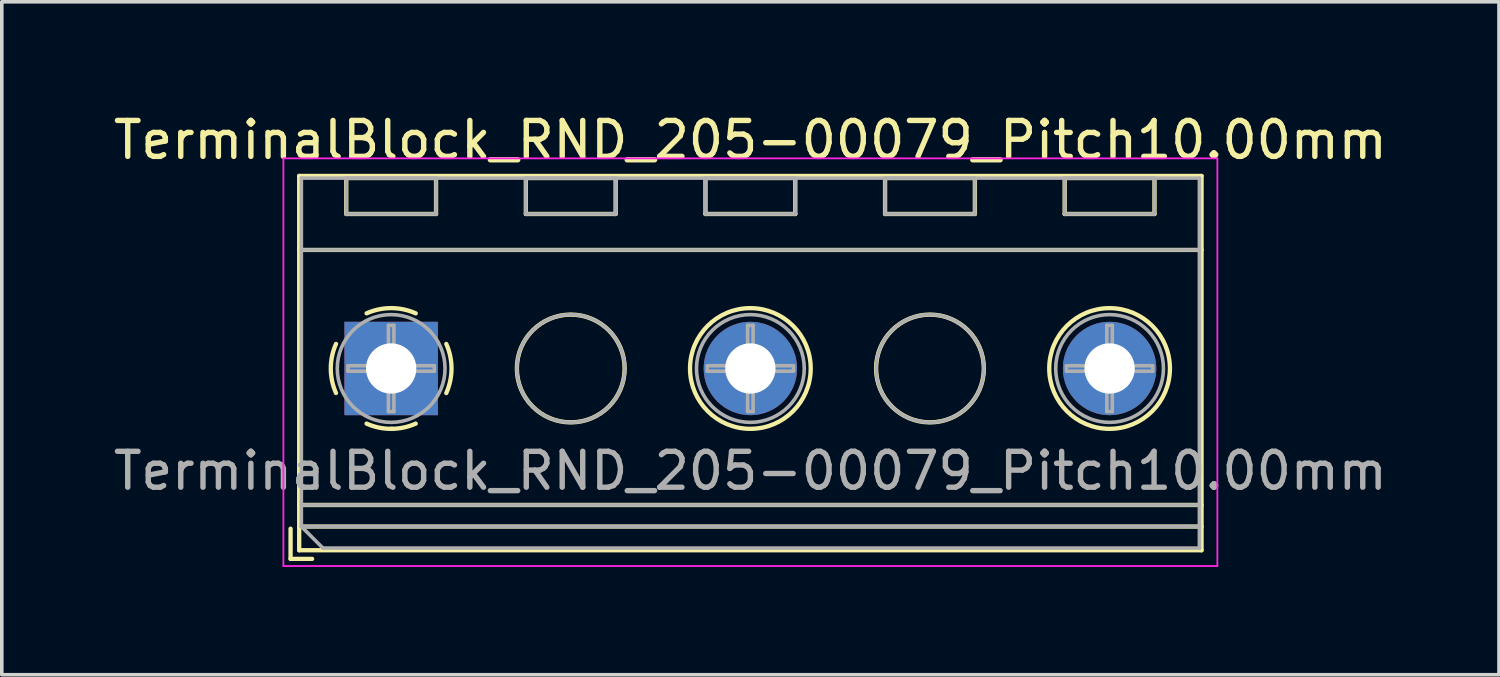
<source format=kicad_pcb>
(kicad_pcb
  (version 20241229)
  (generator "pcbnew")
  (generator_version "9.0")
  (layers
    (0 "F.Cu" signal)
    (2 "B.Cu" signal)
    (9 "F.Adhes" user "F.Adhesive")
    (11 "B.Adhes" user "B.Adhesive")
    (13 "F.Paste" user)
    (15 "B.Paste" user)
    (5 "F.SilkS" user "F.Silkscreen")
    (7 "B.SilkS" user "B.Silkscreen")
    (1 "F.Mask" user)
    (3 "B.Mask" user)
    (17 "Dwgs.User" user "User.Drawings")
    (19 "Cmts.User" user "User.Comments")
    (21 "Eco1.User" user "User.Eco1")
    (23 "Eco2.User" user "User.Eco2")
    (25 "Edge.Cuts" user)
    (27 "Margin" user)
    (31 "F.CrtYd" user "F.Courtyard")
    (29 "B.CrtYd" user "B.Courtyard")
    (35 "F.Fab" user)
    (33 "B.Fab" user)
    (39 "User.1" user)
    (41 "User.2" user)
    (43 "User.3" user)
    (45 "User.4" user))
  (footprint "TerminalBlock_RND_205-00079_Pitch10.00mm"
    (layer "F.Cu")
    (at 7.839 7.208)
    (property "Reference" "TerminalBlock_RND_205-00079_Pitch10.00mm" (at 10 -6.36 0) (layer "F.SilkS") (effects (font (size 1 1) (thickness 0.15))))
    (attr through_hole)
    (fp_line (start -2.8 4.46) (end -2.8 5.3) (stroke (width 0.12) (type solid)) (layer "F.SilkS"))
    (fp_line (start -2.8 5.3) (end -2.2 5.3) (stroke (width 0.12) (type solid)) (layer "F.SilkS"))
    (fp_line (start -2.56 -5.36) (end -2.56 5.06) (stroke (width 0.12) (type solid)) (layer "F.SilkS"))
    (fp_line (start -2.56 -3.3) (end 22.56 -3.3) (stroke (width 0.12) (type solid)) (layer "F.SilkS"))
    (fp_line (start -2.56 3.8) (end 22.56 3.8) (stroke (width 0.12) (type solid)) (layer "F.SilkS"))
    (fp_line (start -2.56 4.4) (end 22.56 4.4) (stroke (width 0.12) (type solid)) (layer "F.SilkS"))
    (fp_line (start -2.56 5.06) (end 22.56 5.06) (stroke (width 0.12) (type solid)) (layer "F.SilkS"))
    (fp_line (start -1.25 -5.301) (end -1.25 -4.301) (stroke (width 0.12) (type solid)) (layer "F.SilkS"))
    (fp_line (start -1.25 -5.301) (end 1.25 -5.301) (stroke (width 0.12) (type solid)) (layer "F.SilkS"))
    (fp_line (start -1.25 -4.301) (end 1.25 -4.301) (stroke (width 0.12) (type solid)) (layer "F.SilkS"))
    (fp_line (start 1.25 -5.301) (end 1.25 -4.301) (stroke (width 0.12) (type solid)) (layer "F.SilkS"))
    (fp_line (start 3.75 -5.301) (end 3.75 -4.301) (stroke (width 0.12) (type solid)) (layer "F.SilkS"))
    (fp_line (start 3.75 -5.301) (end 6.25 -5.301) (stroke (width 0.12) (type solid)) (layer "F.SilkS"))
    (fp_line (start 3.75 -4.301) (end 6.25 -4.301) (stroke (width 0.12) (type solid)) (layer "F.SilkS"))
    (fp_line (start 6.25 -5.301) (end 6.25 -4.301) (stroke (width 0.12) (type solid)) (layer "F.SilkS"))
    (fp_line (start 8.75 -5.301) (end 8.75 -4.301) (stroke (width 0.12) (type solid)) (layer "F.SilkS"))
    (fp_line (start 8.75 -5.301) (end 11.25 -5.301) (stroke (width 0.12) (type solid)) (layer "F.SilkS"))
    (fp_line (start 8.75 -4.301) (end 11.25 -4.301) (stroke (width 0.12) (type solid)) (layer "F.SilkS"))
    (fp_line (start 11.25 -5.301) (end 11.25 -4.301) (stroke (width 0.12) (type solid)) (layer "F.SilkS"))
    (fp_line (start 13.75 -5.301) (end 13.75 -4.301) (stroke (width 0.12) (type solid)) (layer "F.SilkS"))
    (fp_line (start 13.75 -5.301) (end 16.25 -5.301) (stroke (width 0.12) (type solid)) (layer "F.SilkS"))
    (fp_line (start 13.75 -4.301) (end 16.25 -4.301) (stroke (width 0.12) (type solid)) (layer "F.SilkS"))
    (fp_line (start 16.25 -5.301) (end 16.25 -4.301) (stroke (width 0.12) (type solid)) (layer "F.SilkS"))
    (fp_line (start 18.75 -5.301) (end 18.75 -4.301) (stroke (width 0.12) (type solid)) (layer "F.SilkS"))
    (fp_line (start 18.75 -5.301) (end 21.25 -5.301) (stroke (width 0.12) (type solid)) (layer "F.SilkS"))
    (fp_line (start 18.75 -4.301) (end 21.25 -4.301) (stroke (width 0.12) (type solid)) (layer "F.SilkS"))
    (fp_line (start 21.25 -5.301) (end 21.25 -4.301) (stroke (width 0.12) (type solid)) (layer "F.SilkS"))
    (fp_line (start 22.56 -5.36) (end -2.56 -5.36) (stroke (width 0.12) (type solid)) (layer "F.SilkS"))
    (fp_line (start 22.56 5.06) (end 22.56 -5.36) (stroke (width 0.12) (type solid)) (layer "F.SilkS"))
    (fp_arc (start -1.535427 0.683042) (mid -1.680501 -0.000524) (end -1.535 -0.684) (stroke (width 0.12) (type solid)) (layer "F.SilkS"))
    (fp_arc (start -0.683042 -1.535427) (mid 0.000524 -1.680501) (end 0.684 -1.535) (stroke (width 0.12) (type solid)) (layer "F.SilkS"))
    (fp_arc (start 0.028805 1.680253) (mid -0.335551 1.646659) (end -0.684 1.535) (stroke (width 0.12) (type solid)) (layer "F.SilkS"))
    (fp_arc (start 0.683318 1.534756) (mid 0.349292 1.643288) (end 0 1.68) (stroke (width 0.12) (type solid)) (layer "F.SilkS"))
    (fp_arc (start 1.535427 -0.683042) (mid 1.680501 0.000524) (end 1.535 0.684) (stroke (width 0.12) (type solid)) (layer "F.SilkS"))
    (fp_circle (center 5 0) (end 6.5 0) (stroke (width 0.12) (type solid)) (fill no) (layer "F.SilkS"))
    (fp_circle (center 10 0) (end 11.68 0) (stroke (width 0.12) (type solid)) (fill no) (layer "F.SilkS"))
    (fp_circle (center 15 0) (end 16.5 0) (stroke (width 0.12) (type solid)) (fill no) (layer "F.SilkS"))
    (fp_circle (center 20 0) (end 21.68 0) (stroke (width 0.12) (type solid)) (fill no) (layer "F.SilkS"))
    (fp_line (start -3 -5.85) (end -3 5.5) (stroke (width 0.05) (type solid)) (layer "F.CrtYd"))
    (fp_line (start -3 5.5) (end 23 5.5) (stroke (width 0.05) (type solid)) (layer "F.CrtYd"))
    (fp_line (start 23 -5.85) (end -3 -5.85) (stroke (width 0.05) (type solid)) (layer "F.CrtYd"))
    (fp_line (start 23 5.5) (end 23 -5.85) (stroke (width 0.05) (type solid)) (layer "F.CrtYd"))
    (fp_line (start -2.5 -5.3) (end 22.5 -5.3) (stroke (width 0.1) (type solid)) (layer "F.Fab"))
    (fp_line (start -2.5 -3.3) (end 22.5 -3.3) (stroke (width 0.1) (type solid)) (layer "F.Fab"))
    (fp_line (start -2.5 3.8) (end 22.5 3.8) (stroke (width 0.1) (type solid)) (layer "F.Fab"))
    (fp_line (start -2.5 4.4) (end -2.5 -5.3) (stroke (width 0.1) (type solid)) (layer "F.Fab"))
    (fp_line (start -2.5 4.4) (end 22.5 4.4) (stroke (width 0.1) (type solid)) (layer "F.Fab"))
    (fp_line (start -1.9 5) (end -2.5 4.4) (stroke (width 0.1) (type solid)) (layer "F.Fab"))
    (fp_line (start -1.25 -5.3) (end -1.25 -4.3) (stroke (width 0.1) (type solid)) (layer "F.Fab"))
    (fp_line (start -1.25 -4.3) (end 1.25 -4.3) (stroke (width 0.1) (type solid)) (layer "F.Fab"))
    (fp_line (start -1.201 -0.076) (end -0.076 -0.076) (stroke (width 0.1) (type solid)) (layer "F.Fab"))
    (fp_line (start -1.201 0.076) (end -1.201 -0.076) (stroke (width 0.1) (type solid)) (layer "F.Fab"))
    (fp_line (start -0.076 -1.201) (end 0.076 -1.201) (stroke (width 0.1) (type solid)) (layer "F.Fab"))
    (fp_line (start -0.076 -0.076) (end -0.076 -1.201) (stroke (width 0.1) (type solid)) (layer "F.Fab"))
    (fp_line (start -0.076 0.076) (end -1.201 0.076) (stroke (width 0.1) (type solid)) (layer "F.Fab"))
    (fp_line (start -0.076 1.201) (end -0.076 0.076) (stroke (width 0.1) (type solid)) (layer "F.Fab"))
    (fp_line (start 0.076 -1.201) (end 0.076 -0.076) (stroke (width 0.1) (type solid)) (layer "F.Fab"))
    (fp_line (start 0.076 -0.076) (end 1.201 -0.076) (stroke (width 0.1) (type solid)) (layer "F.Fab"))
    (fp_line (start 0.076 0.076) (end 0.076 1.201) (stroke (width 0.1) (type solid)) (layer "F.Fab"))
    (fp_line (start 0.076 1.201) (end -0.076 1.201) (stroke (width 0.1) (type solid)) (layer "F.Fab"))
    (fp_line (start 1.201 -0.076) (end 1.201 0.076) (stroke (width 0.1) (type solid)) (layer "F.Fab"))
    (fp_line (start 1.201 0.076) (end 0.076 0.076) (stroke (width 0.1) (type solid)) (layer "F.Fab"))
    (fp_line (start 1.25 -5.3) (end -1.25 -5.3) (stroke (width 0.1) (type solid)) (layer "F.Fab"))
    (fp_line (start 1.25 -4.3) (end 1.25 -5.3) (stroke (width 0.1) (type solid)) (layer "F.Fab"))
    (fp_line (start 3.75 -5.3) (end 3.75 -4.3) (stroke (width 0.1) (type solid)) (layer "F.Fab"))
    (fp_line (start 3.75 -4.3) (end 6.25 -4.3) (stroke (width 0.1) (type solid)) (layer "F.Fab"))
    (fp_line (start 6.25 -5.3) (end 3.75 -5.3) (stroke (width 0.1) (type solid)) (layer "F.Fab"))
    (fp_line (start 6.25 -4.3) (end 6.25 -5.3) (stroke (width 0.1) (type solid)) (layer "F.Fab"))
    (fp_line (start 8.75 -5.3) (end 8.75 -4.3) (stroke (width 0.1) (type solid)) (layer "F.Fab"))
    (fp_line (start 8.75 -4.3) (end 11.25 -4.3) (stroke (width 0.1) (type solid)) (layer "F.Fab"))
    (fp_line (start 8.799 -0.076) (end 9.924 -0.076) (stroke (width 0.1) (type solid)) (layer "F.Fab"))
    (fp_line (start 8.799 0.076) (end 8.799 -0.076) (stroke (width 0.1) (type solid)) (layer "F.Fab"))
    (fp_line (start 9.924 -1.201) (end 10.076 -1.201) (stroke (width 0.1) (type solid)) (layer "F.Fab"))
    (fp_line (start 9.924 -0.076) (end 9.924 -1.201) (stroke (width 0.1) (type solid)) (layer "F.Fab"))
    (fp_line (start 9.924 0.076) (end 8.799 0.076) (stroke (width 0.1) (type solid)) (layer "F.Fab"))
    (fp_line (start 9.924 1.201) (end 9.924 0.076) (stroke (width 0.1) (type solid)) (layer "F.Fab"))
    (fp_line (start 10.076 -1.201) (end 10.076 -0.076) (stroke (width 0.1) (type solid)) (layer "F.Fab"))
    (fp_line (start 10.076 -0.076) (end 11.201 -0.076) (stroke (width 0.1) (type solid)) (layer "F.Fab"))
    (fp_line (start 10.076 0.076) (end 10.076 1.201) (stroke (width 0.1) (type solid)) (layer "F.Fab"))
    (fp_line (start 10.076 1.201) (end 9.924 1.201) (stroke (width 0.1) (type solid)) (layer "F.Fab"))
    (fp_line (start 11.201 -0.076) (end 11.201 0.076) (stroke (width 0.1) (type solid)) (layer "F.Fab"))
    (fp_line (start 11.201 0.076) (end 10.076 0.076) (stroke (width 0.1) (type solid)) (layer "F.Fab"))
    (fp_line (start 11.25 -5.3) (end 8.75 -5.3) (stroke (width 0.1) (type solid)) (layer "F.Fab"))
    (fp_line (start 11.25 -4.3) (end 11.25 -5.3) (stroke (width 0.1) (type solid)) (layer "F.Fab"))
    (fp_line (start 13.75 -5.3) (end 13.75 -4.3) (stroke (width 0.1) (type solid)) (layer "F.Fab"))
    (fp_line (start 13.75 -4.3) (end 16.25 -4.3) (stroke (width 0.1) (type solid)) (layer "F.Fab"))
    (fp_line (start 16.25 -5.3) (end 13.75 -5.3) (stroke (width 0.1) (type solid)) (layer "F.Fab"))
    (fp_line (start 16.25 -4.3) (end 16.25 -5.3) (stroke (width 0.1) (type solid)) (layer "F.Fab"))
    (fp_line (start 18.75 -5.3) (end 18.75 -4.3) (stroke (width 0.1) (type solid)) (layer "F.Fab"))
    (fp_line (start 18.75 -4.3) (end 21.25 -4.3) (stroke (width 0.1) (type solid)) (layer "F.Fab"))
    (fp_line (start 18.799 -0.076) (end 19.924 -0.076) (stroke (width 0.1) (type solid)) (layer "F.Fab"))
    (fp_line (start 18.799 0.076) (end 18.799 -0.076) (stroke (width 0.1) (type solid)) (layer "F.Fab"))
    (fp_line (start 19.924 -1.201) (end 20.076 -1.201) (stroke (width 0.1) (type solid)) (layer "F.Fab"))
    (fp_line (start 19.924 -0.076) (end 19.924 -1.201) (stroke (width 0.1) (type solid)) (layer "F.Fab"))
    (fp_line (start 19.924 0.076) (end 18.799 0.076) (stroke (width 0.1) (type solid)) (layer "F.Fab"))
    (fp_line (start 19.924 1.201) (end 19.924 0.076) (stroke (width 0.1) (type solid)) (layer "F.Fab"))
    (fp_line (start 20.076 -1.201) (end 20.076 -0.076) (stroke (width 0.1) (type solid)) (layer "F.Fab"))
    (fp_line (start 20.076 -0.076) (end 21.201 -0.076) (stroke (width 0.1) (type solid)) (layer "F.Fab"))
    (fp_line (start 20.076 0.076) (end 20.076 1.201) (stroke (width 0.1) (type solid)) (layer "F.Fab"))
    (fp_line (start 20.076 1.201) (end 19.924 1.201) (stroke (width 0.1) (type solid)) (layer "F.Fab"))
    (fp_line (start 21.201 -0.076) (end 21.201 0.076) (stroke (width 0.1) (type solid)) (layer "F.Fab"))
    (fp_line (start 21.201 0.076) (end 20.076 0.076) (stroke (width 0.1) (type solid)) (layer "F.Fab"))
    (fp_line (start 21.25 -5.3) (end 18.75 -5.3) (stroke (width 0.1) (type solid)) (layer "F.Fab"))
    (fp_line (start 21.25 -4.3) (end 21.25 -5.3) (stroke (width 0.1) (type solid)) (layer "F.Fab"))
    (fp_line (start 22.5 -5.3) (end 22.5 5) (stroke (width 0.1) (type solid)) (layer "F.Fab"))
    (fp_line (start 22.5 5) (end -1.9 5) (stroke (width 0.1) (type solid)) (layer "F.Fab"))
    (fp_circle (center 0 0) (end 1.5 0) (stroke (width 0.1) (type solid)) (fill no) (layer "F.Fab"))
    (fp_circle (center 5 0) (end 6.5 0) (stroke (width 0.1) (type solid)) (fill no) (layer "F.Fab"))
    (fp_circle (center 10 0) (end 11.5 0) (stroke (width 0.1) (type solid)) (fill no) (layer "F.Fab"))
    (fp_circle (center 15 0) (end 16.5 0) (stroke (width 0.1) (type solid)) (fill no) (layer "F.Fab"))
    (fp_circle (center 20 0) (end 21.5 0) (stroke (width 0.1) (type solid)) (fill no) (layer "F.Fab"))
    (fp_text user "${REFERENCE}" (at 10 2.85 0) (layer "F.Fab") (effects (font (size 1 1) (thickness 0.15))))
    (pad "1" thru_hole rect (at 0 0) (size 2.6 2.6) (drill 1.4) (layers "*.Cu" "*.Mask"))
    (pad "2" thru_hole circle (at 10 0) (size 2.6 2.6) (drill 1.4) (layers "*.Cu" "*.Mask"))
    (pad "3" thru_hole circle (at 20 0) (size 2.6 2.6) (drill 1.4) (layers "*.Cu" "*.Mask")))
  (gr_rect
    (start -3 -3)
    (end 38.679 15.733)
    (stroke (width 0.1) (type default))
    (fill no)
    (layer "Edge.Cuts")))
</source>
